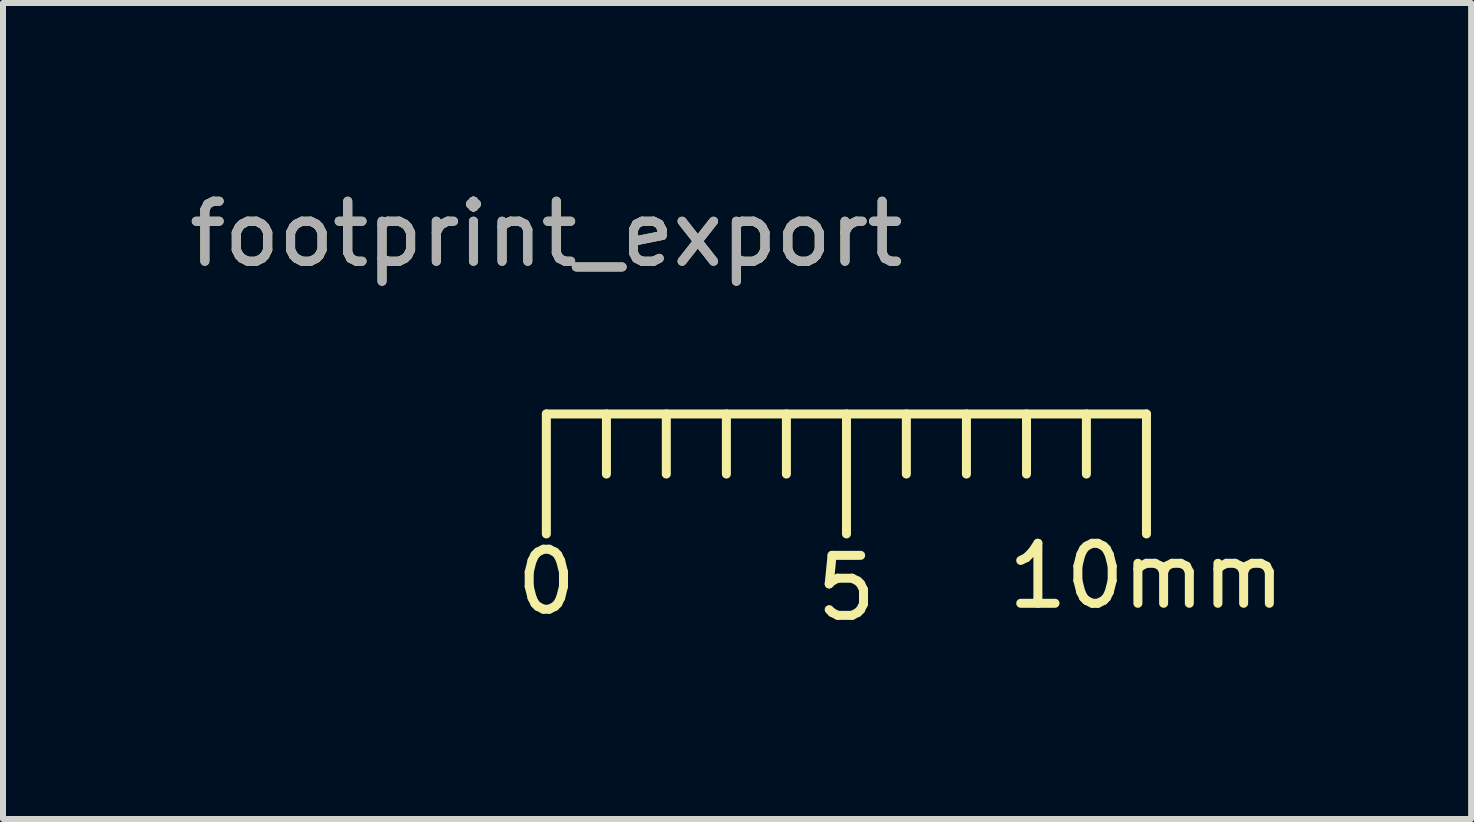
<source format=kicad_pcb>
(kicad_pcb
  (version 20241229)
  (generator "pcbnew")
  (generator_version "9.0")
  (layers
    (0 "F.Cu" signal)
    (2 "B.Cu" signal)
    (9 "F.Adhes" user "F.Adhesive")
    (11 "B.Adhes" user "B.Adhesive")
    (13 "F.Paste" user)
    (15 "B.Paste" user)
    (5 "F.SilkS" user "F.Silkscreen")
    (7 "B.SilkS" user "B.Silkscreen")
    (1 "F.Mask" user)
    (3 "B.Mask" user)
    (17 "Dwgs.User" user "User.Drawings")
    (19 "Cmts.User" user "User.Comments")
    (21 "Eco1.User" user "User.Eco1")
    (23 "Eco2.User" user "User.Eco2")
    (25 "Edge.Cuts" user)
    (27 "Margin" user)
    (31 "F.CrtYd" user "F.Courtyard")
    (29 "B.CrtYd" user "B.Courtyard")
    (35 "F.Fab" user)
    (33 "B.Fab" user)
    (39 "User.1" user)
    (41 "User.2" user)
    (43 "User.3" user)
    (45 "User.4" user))
  (footprint "footprint_export"
    (layer "F.Cu")
    (at 6.054 3.848)
    (property "Reference" "footprint_export" (at 0 -3 0) (layer "F.SilkS") (effects (font (size 1 1) (thickness 0.15))))
    (attr exclude_from_pos_files exclude_from_bom)
    (fp_line (start 0 0) (end 0 1.999) (stroke (width 0.15) (type solid)) (layer "F.SilkS"))
    (fp_line (start 0 0) (end 10 0) (stroke (width 0.15) (type solid)) (layer "F.SilkS"))
    (fp_line (start 1.001 0) (end 1.001 1.001) (stroke (width 0.15) (type solid)) (layer "F.SilkS"))
    (fp_line (start 1.999 0) (end 1.999 1.001) (stroke (width 0.15) (type solid)) (layer "F.SilkS"))
    (fp_line (start 3 0) (end 3 1.001) (stroke (width 0.15) (type solid)) (layer "F.SilkS"))
    (fp_line (start 4 0) (end 4 1.001) (stroke (width 0.15) (type solid)) (layer "F.SilkS"))
    (fp_line (start 5.001 0) (end 5.001 1.999) (stroke (width 0.15) (type solid)) (layer "F.SilkS"))
    (fp_line (start 5.999 0) (end 5.999 1.001) (stroke (width 0.15) (type solid)) (layer "F.SilkS"))
    (fp_line (start 7 0) (end 7 1.001) (stroke (width 0.15) (type solid)) (layer "F.SilkS"))
    (fp_line (start 8.001 0) (end 8.001 1.001) (stroke (width 0.15) (type solid)) (layer "F.SilkS"))
    (fp_line (start 8.999 0) (end 8.999 1.001) (stroke (width 0.15) (type solid)) (layer "F.SilkS"))
    (fp_line (start 10 0) (end 10 1.999) (stroke (width 0.15) (type solid)) (layer "F.SilkS"))
    (fp_text user "0" (at 0 2.799 0) (layer "F.SilkS") (effects (font (size 1 1) (thickness 0.15))))
    (fp_text user "10mm" (at 10 2.7 0) (layer "F.SilkS") (effects (font (size 1 1) (thickness 0.15))))
    (fp_text user "5" (at 4.999 2.901 0) (layer "F.SilkS") (effects (font (size 1 1) (thickness 0.15))))
    (fp_text user "${REFERENCE}" (at 0 -3 0) (layer "F.Fab") (effects (font (size 1 1) (thickness 0.15)))))
  (gr_rect
    (start -3 -3)
    (end 21.464 10.597)
    (stroke (width 0.1) (type default))
    (fill no)
    (layer "Edge.Cuts")))
</source>
